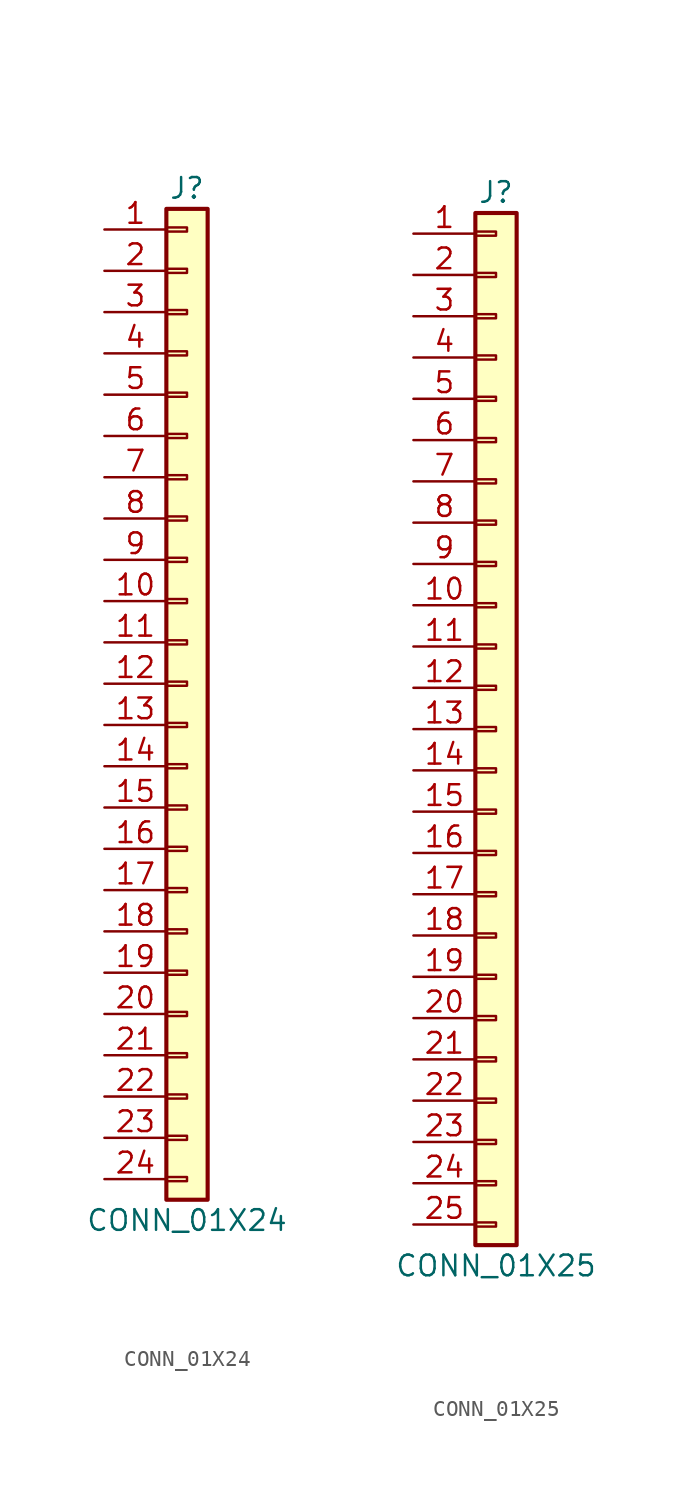
<source format=kicad_sym>
(kicad_symbol_lib
  (version 20211014)
  (generator kicad_symbol_editor)
  (symbol "CONN_01X24"
    (pin_names
      (offset 1.016) hide)
    (property "Reference" "J"
      (at 0 30.48 0)
      (effects (font (size 1.27 1.27))))
    (property "Value" "CONN_01X24"
      (at 0 -33.02 0)
      (effects (font (size 1.27 1.27))))
    (symbol "CONN_01X24_1_1"
      (rectangle (start -1.27 -30.353) (end 0 -30.607) (stroke (width 0.152) (type default) (color 0 0 0 0)) (fill (type none)))
      (rectangle (start -1.27 -27.813) (end 0 -28.067) (stroke (width 0.152) (type default) (color 0 0 0 0)) (fill (type none)))
      (rectangle (start -1.27 -25.273) (end 0 -25.527) (stroke (width 0.152) (type default) (color 0 0 0 0)) (fill (type none)))
      (rectangle (start -1.27 -22.733) (end 0 -22.987) (stroke (width 0.152) (type default) (color 0 0 0 0)) (fill (type none)))
      (rectangle (start -1.27 -20.193) (end 0 -20.447) (stroke (width 0.152) (type default) (color 0 0 0 0)) (fill (type none)))
      (rectangle (start -1.27 -17.653) (end 0 -17.907) (stroke (width 0.152) (type default) (color 0 0 0 0)) (fill (type none)))
      (rectangle (start -1.27 -15.113) (end 0 -15.367) (stroke (width 0.152) (type default) (color 0 0 0 0)) (fill (type none)))
      (rectangle (start -1.27 -12.573) (end 0 -12.827) (stroke (width 0.152) (type default) (color 0 0 0 0)) (fill (type none)))
      (rectangle (start -1.27 -10.033) (end 0 -10.287) (stroke (width 0.152) (type default) (color 0 0 0 0)) (fill (type none)))
      (rectangle (start -1.27 -7.493) (end 0 -7.747) (stroke (width 0.152) (type default) (color 0 0 0 0)) (fill (type none)))
      (rectangle (start -1.27 -4.953) (end 0 -5.207) (stroke (width 0.152) (type default) (color 0 0 0 0)) (fill (type none)))
      (rectangle (start -1.27 -2.413) (end 0 -2.667) (stroke (width 0.152) (type default) (color 0 0 0 0)) (fill (type none)))
      (rectangle (start -1.27 0.127) (end 0 -0.127) (stroke (width 0.152) (type default) (color 0 0 0 0)) (fill (type none)))
      (rectangle (start -1.27 2.667) (end 0 2.413) (stroke (width 0.152) (type default) (color 0 0 0 0)) (fill (type none)))
      (rectangle (start -1.27 5.207) (end 0 4.953) (stroke (width 0.152) (type default) (color 0 0 0 0)) (fill (type none)))
      (rectangle (start -1.27 7.747) (end 0 7.493) (stroke (width 0.152) (type default) (color 0 0 0 0)) (fill (type none)))
      (rectangle (start -1.27 10.287) (end 0 10.033) (stroke (width 0.152) (type default) (color 0 0 0 0)) (fill (type none)))
      (rectangle (start -1.27 12.827) (end 0 12.573) (stroke (width 0.152) (type default) (color 0 0 0 0)) (fill (type none)))
      (rectangle (start -1.27 15.367) (end 0 15.113) (stroke (width 0.152) (type default) (color 0 0 0 0)) (fill (type none)))
      (rectangle (start -1.27 17.907) (end 0 17.653) (stroke (width 0.152) (type default) (color 0 0 0 0)) (fill (type none)))
      (rectangle (start -1.27 20.447) (end 0 20.193) (stroke (width 0.152) (type default) (color 0 0 0 0)) (fill (type none)))
      (rectangle (start -1.27 22.987) (end 0 22.733) (stroke (width 0.152) (type default) (color 0 0 0 0)) (fill (type none)))
      (rectangle (start -1.27 25.527) (end 0 25.273) (stroke (width 0.152) (type default) (color 0 0 0 0)) (fill (type none)))
      (rectangle (start -1.27 28.067) (end 0 27.813) (stroke (width 0.152) (type default) (color 0 0 0 0)) (fill (type none)))
      (rectangle (start -1.27 29.21) (end 1.27 -31.75) (stroke (width 0.254) (type default) (color 0 0 0 0)) (fill (type background)))
      (pin passive line (at -5.08 27.94 0) (length 3.81) (name "Pin_1" (effects (font (size 1.27 1.27)))) (number "1" (effects (font (size 1.27 1.27)))))
      (pin passive line (at -5.08 5.08 0) (length 3.81) (name "Pin_10" (effects (font (size 1.27 1.27)))) (number "10" (effects (font (size 1.27 1.27)))))
      (pin passive line (at -5.08 2.54 0) (length 3.81) (name "Pin_11" (effects (font (size 1.27 1.27)))) (number "11" (effects (font (size 1.27 1.27)))))
      (pin passive line (at -5.08 0 0) (length 3.81) (name "Pin_12" (effects (font (size 1.27 1.27)))) (number "12" (effects (font (size 1.27 1.27)))))
      (pin passive line (at -5.08 -2.54 0) (length 3.81) (name "Pin_13" (effects (font (size 1.27 1.27)))) (number "13" (effects (font (size 1.27 1.27)))))
      (pin passive line (at -5.08 -5.08 0) (length 3.81) (name "Pin_14" (effects (font (size 1.27 1.27)))) (number "14" (effects (font (size 1.27 1.27)))))
      (pin passive line (at -5.08 -7.62 0) (length 3.81) (name "Pin_15" (effects (font (size 1.27 1.27)))) (number "15" (effects (font (size 1.27 1.27)))))
      (pin passive line (at -5.08 -10.16 0) (length 3.81) (name "Pin_16" (effects (font (size 1.27 1.27)))) (number "16" (effects (font (size 1.27 1.27)))))
      (pin passive line (at -5.08 -12.7 0) (length 3.81) (name "Pin_17" (effects (font (size 1.27 1.27)))) (number "17" (effects (font (size 1.27 1.27)))))
      (pin passive line (at -5.08 -15.24 0) (length 3.81) (name "Pin_18" (effects (font (size 1.27 1.27)))) (number "18" (effects (font (size 1.27 1.27)))))
      (pin passive line (at -5.08 -17.78 0) (length 3.81) (name "Pin_19" (effects (font (size 1.27 1.27)))) (number "19" (effects (font (size 1.27 1.27)))))
      (pin passive line (at -5.08 25.4 0) (length 3.81) (name "Pin_2" (effects (font (size 1.27 1.27)))) (number "2" (effects (font (size 1.27 1.27)))))
      (pin passive line (at -5.08 -20.32 0) (length 3.81) (name "Pin_20" (effects (font (size 1.27 1.27)))) (number "20" (effects (font (size 1.27 1.27)))))
      (pin passive line (at -5.08 -22.86 0) (length 3.81) (name "Pin_21" (effects (font (size 1.27 1.27)))) (number "21" (effects (font (size 1.27 1.27)))))
      (pin passive line (at -5.08 -25.4 0) (length 3.81) (name "Pin_22" (effects (font (size 1.27 1.27)))) (number "22" (effects (font (size 1.27 1.27)))))
      (pin passive line (at -5.08 -27.94 0) (length 3.81) (name "Pin_23" (effects (font (size 1.27 1.27)))) (number "23" (effects (font (size 1.27 1.27)))))
      (pin passive line (at -5.08 -30.48 0) (length 3.81) (name "Pin_24" (effects (font (size 1.27 1.27)))) (number "24" (effects (font (size 1.27 1.27)))))
      (pin passive line (at -5.08 22.86 0) (length 3.81) (name "Pin_3" (effects (font (size 1.27 1.27)))) (number "3" (effects (font (size 1.27 1.27)))))
      (pin passive line (at -5.08 20.32 0) (length 3.81) (name "Pin_4" (effects (font (size 1.27 1.27)))) (number "4" (effects (font (size 1.27 1.27)))))
      (pin passive line (at -5.08 17.78 0) (length 3.81) (name "Pin_5" (effects (font (size 1.27 1.27)))) (number "5" (effects (font (size 1.27 1.27)))))
      (pin passive line (at -5.08 15.24 0) (length 3.81) (name "Pin_6" (effects (font (size 1.27 1.27)))) (number "6" (effects (font (size 1.27 1.27)))))
      (pin passive line (at -5.08 12.7 0) (length 3.81) (name "Pin_7" (effects (font (size 1.27 1.27)))) (number "7" (effects (font (size 1.27 1.27)))))
      (pin passive line (at -5.08 10.16 0) (length 3.81) (name "Pin_8" (effects (font (size 1.27 1.27)))) (number "8" (effects (font (size 1.27 1.27)))))
      (pin passive line (at -5.08 7.62 0) (length 3.81) (name "Pin_9" (effects (font (size 1.27 1.27)))) (number "9" (effects (font (size 1.27 1.27)))))))
  (symbol "CONN_01X25"
    (pin_names
      (offset 1.016) hide)
    (property "Reference" "J"
      (at 0 33.02 0)
      (effects (font (size 1.27 1.27))))
    (property "Value" "CONN_01X25"
      (at 0 -33.02 0)
      (effects (font (size 1.27 1.27))))
    (symbol "CONN_01X25_1_1"
      (rectangle (start -1.27 -30.353) (end 0 -30.607) (stroke (width 0.152) (type default) (color 0 0 0 0)) (fill (type none)))
      (rectangle (start -1.27 -27.813) (end 0 -28.067) (stroke (width 0.152) (type default) (color 0 0 0 0)) (fill (type none)))
      (rectangle (start -1.27 -25.273) (end 0 -25.527) (stroke (width 0.152) (type default) (color 0 0 0 0)) (fill (type none)))
      (rectangle (start -1.27 -22.733) (end 0 -22.987) (stroke (width 0.152) (type default) (color 0 0 0 0)) (fill (type none)))
      (rectangle (start -1.27 -20.193) (end 0 -20.447) (stroke (width 0.152) (type default) (color 0 0 0 0)) (fill (type none)))
      (rectangle (start -1.27 -17.653) (end 0 -17.907) (stroke (width 0.152) (type default) (color 0 0 0 0)) (fill (type none)))
      (rectangle (start -1.27 -15.113) (end 0 -15.367) (stroke (width 0.152) (type default) (color 0 0 0 0)) (fill (type none)))
      (rectangle (start -1.27 -12.573) (end 0 -12.827) (stroke (width 0.152) (type default) (color 0 0 0 0)) (fill (type none)))
      (rectangle (start -1.27 -10.033) (end 0 -10.287) (stroke (width 0.152) (type default) (color 0 0 0 0)) (fill (type none)))
      (rectangle (start -1.27 -7.493) (end 0 -7.747) (stroke (width 0.152) (type default) (color 0 0 0 0)) (fill (type none)))
      (rectangle (start -1.27 -4.953) (end 0 -5.207) (stroke (width 0.152) (type default) (color 0 0 0 0)) (fill (type none)))
      (rectangle (start -1.27 -2.413) (end 0 -2.667) (stroke (width 0.152) (type default) (color 0 0 0 0)) (fill (type none)))
      (rectangle (start -1.27 0.127) (end 0 -0.127) (stroke (width 0.152) (type default) (color 0 0 0 0)) (fill (type none)))
      (rectangle (start -1.27 2.667) (end 0 2.413) (stroke (width 0.152) (type default) (color 0 0 0 0)) (fill (type none)))
      (rectangle (start -1.27 5.207) (end 0 4.953) (stroke (width 0.152) (type default) (color 0 0 0 0)) (fill (type none)))
      (rectangle (start -1.27 7.747) (end 0 7.493) (stroke (width 0.152) (type default) (color 0 0 0 0)) (fill (type none)))
      (rectangle (start -1.27 10.287) (end 0 10.033) (stroke (width 0.152) (type default) (color 0 0 0 0)) (fill (type none)))
      (rectangle (start -1.27 12.827) (end 0 12.573) (stroke (width 0.152) (type default) (color 0 0 0 0)) (fill (type none)))
      (rectangle (start -1.27 15.367) (end 0 15.113) (stroke (width 0.152) (type default) (color 0 0 0 0)) (fill (type none)))
      (rectangle (start -1.27 17.907) (end 0 17.653) (stroke (width 0.152) (type default) (color 0 0 0 0)) (fill (type none)))
      (rectangle (start -1.27 20.447) (end 0 20.193) (stroke (width 0.152) (type default) (color 0 0 0 0)) (fill (type none)))
      (rectangle (start -1.27 22.987) (end 0 22.733) (stroke (width 0.152) (type default) (color 0 0 0 0)) (fill (type none)))
      (rectangle (start -1.27 25.527) (end 0 25.273) (stroke (width 0.152) (type default) (color 0 0 0 0)) (fill (type none)))
      (rectangle (start -1.27 28.067) (end 0 27.813) (stroke (width 0.152) (type default) (color 0 0 0 0)) (fill (type none)))
      (rectangle (start -1.27 30.607) (end 0 30.353) (stroke (width 0.152) (type default) (color 0 0 0 0)) (fill (type none)))
      (rectangle (start -1.27 31.75) (end 1.27 -31.75) (stroke (width 0.254) (type default) (color 0 0 0 0)) (fill (type background)))
      (pin passive line (at -5.08 30.48 0) (length 3.81) (name "Pin_1" (effects (font (size 1.27 1.27)))) (number "1" (effects (font (size 1.27 1.27)))))
      (pin passive line (at -5.08 7.62 0) (length 3.81) (name "Pin_10" (effects (font (size 1.27 1.27)))) (number "10" (effects (font (size 1.27 1.27)))))
      (pin passive line (at -5.08 5.08 0) (length 3.81) (name "Pin_11" (effects (font (size 1.27 1.27)))) (number "11" (effects (font (size 1.27 1.27)))))
      (pin passive line (at -5.08 2.54 0) (length 3.81) (name "Pin_12" (effects (font (size 1.27 1.27)))) (number "12" (effects (font (size 1.27 1.27)))))
      (pin passive line (at -5.08 0 0) (length 3.81) (name "Pin_13" (effects (font (size 1.27 1.27)))) (number "13" (effects (font (size 1.27 1.27)))))
      (pin passive line (at -5.08 -2.54 0) (length 3.81) (name "Pin_14" (effects (font (size 1.27 1.27)))) (number "14" (effects (font (size 1.27 1.27)))))
      (pin passive line (at -5.08 -5.08 0) (length 3.81) (name "Pin_15" (effects (font (size 1.27 1.27)))) (number "15" (effects (font (size 1.27 1.27)))))
      (pin passive line (at -5.08 -7.62 0) (length 3.81) (name "Pin_16" (effects (font (size 1.27 1.27)))) (number "16" (effects (font (size 1.27 1.27)))))
      (pin passive line (at -5.08 -10.16 0) (length 3.81) (name "Pin_17" (effects (font (size 1.27 1.27)))) (number "17" (effects (font (size 1.27 1.27)))))
      (pin passive line (at -5.08 -12.7 0) (length 3.81) (name "Pin_18" (effects (font (size 1.27 1.27)))) (number "18" (effects (font (size 1.27 1.27)))))
      (pin passive line (at -5.08 -15.24 0) (length 3.81) (name "Pin_19" (effects (font (size 1.27 1.27)))) (number "19" (effects (font (size 1.27 1.27)))))
      (pin passive line (at -5.08 27.94 0) (length 3.81) (name "Pin_2" (effects (font (size 1.27 1.27)))) (number "2" (effects (font (size 1.27 1.27)))))
      (pin passive line (at -5.08 -17.78 0) (length 3.81) (name "Pin_20" (effects (font (size 1.27 1.27)))) (number "20" (effects (font (size 1.27 1.27)))))
      (pin passive line (at -5.08 -20.32 0) (length 3.81) (name "Pin_21" (effects (font (size 1.27 1.27)))) (number "21" (effects (font (size 1.27 1.27)))))
      (pin passive line (at -5.08 -22.86 0) (length 3.81) (name "Pin_22" (effects (font (size 1.27 1.27)))) (number "22" (effects (font (size 1.27 1.27)))))
      (pin passive line (at -5.08 -25.4 0) (length 3.81) (name "Pin_23" (effects (font (size 1.27 1.27)))) (number "23" (effects (font (size 1.27 1.27)))))
      (pin passive line (at -5.08 -27.94 0) (length 3.81) (name "Pin_24" (effects (font (size 1.27 1.27)))) (number "24" (effects (font (size 1.27 1.27)))))
      (pin passive line (at -5.08 -30.48 0) (length 3.81) (name "Pin_25" (effects (font (size 1.27 1.27)))) (number "25" (effects (font (size 1.27 1.27)))))
      (pin passive line (at -5.08 25.4 0) (length 3.81) (name "Pin_3" (effects (font (size 1.27 1.27)))) (number "3" (effects (font (size 1.27 1.27)))))
      (pin passive line (at -5.08 22.86 0) (length 3.81) (name "Pin_4" (effects (font (size 1.27 1.27)))) (number "4" (effects (font (size 1.27 1.27)))))
      (pin passive line (at -5.08 20.32 0) (length 3.81) (name "Pin_5" (effects (font (size 1.27 1.27)))) (number "5" (effects (font (size 1.27 1.27)))))
      (pin passive line (at -5.08 17.78 0) (length 3.81) (name "Pin_6" (effects (font (size 1.27 1.27)))) (number "6" (effects (font (size 1.27 1.27)))))
      (pin passive line (at -5.08 15.24 0) (length 3.81) (name "Pin_7" (effects (font (size 1.27 1.27)))) (number "7" (effects (font (size 1.27 1.27)))))
      (pin passive line (at -5.08 12.7 0) (length 3.81) (name "Pin_8" (effects (font (size 1.27 1.27)))) (number "8" (effects (font (size 1.27 1.27)))))
      (pin passive line (at -5.08 10.16 0) (length 3.81) (name "Pin_9" (effects (font (size 1.27 1.27)))) (number "9" (effects (font (size 1.27 1.27))))))))
</source>
